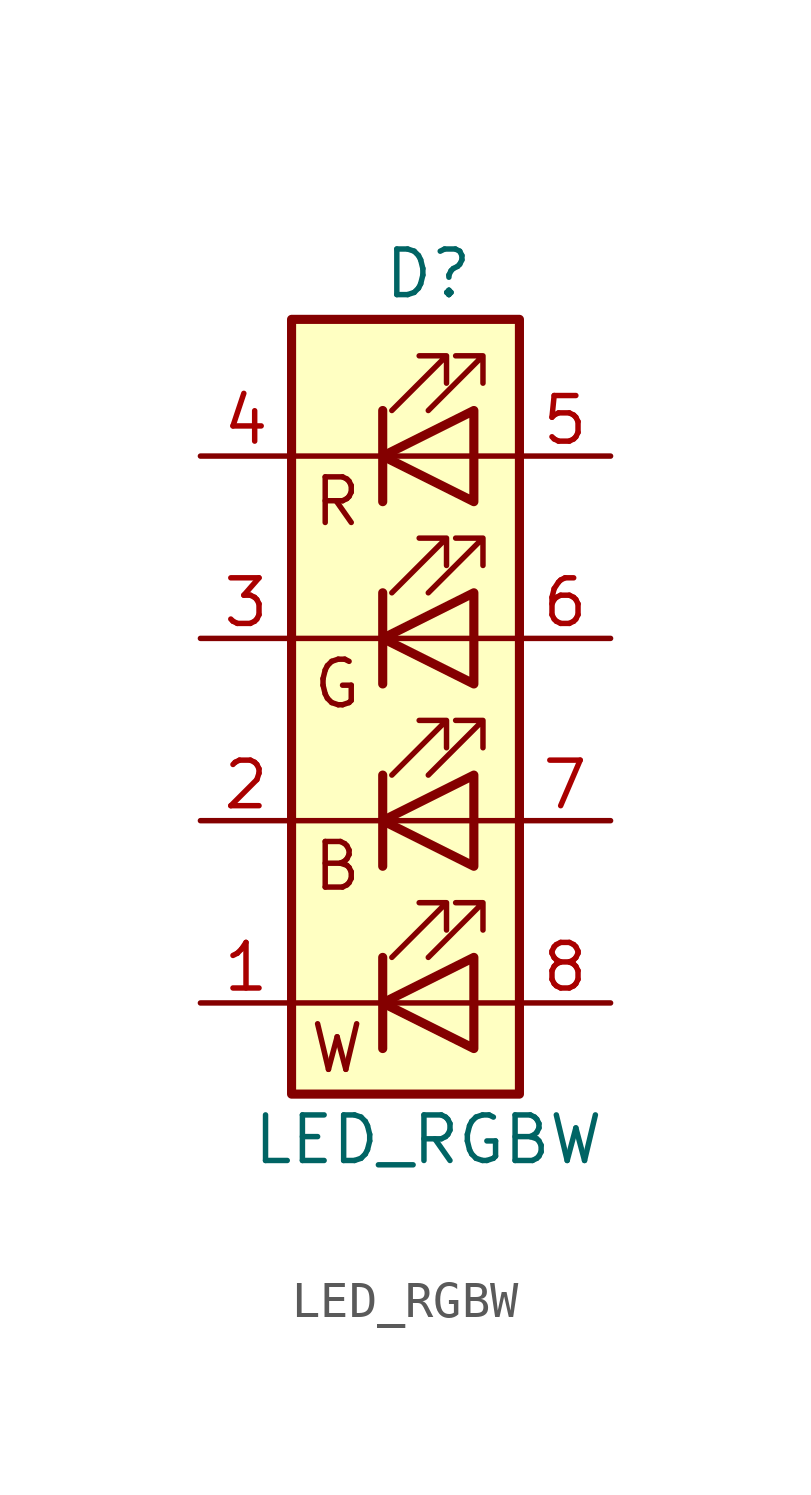
<source format=kicad_sym>
(kicad_symbol_lib
  (version 20211014)
  (generator kicad_symbol_editor)
  (symbol "LED_RGBW"
    (property "Reference" "D"
      (at 0 1.27 0)
      (effects (font (size 1.27 1.27))))
    (property "Value" "LED_RGBW"
      (at 0 -22.86 0)
      (effects (font (size 1.27 1.27))))
    (symbol "LED_RGBW_0_0"
      (text "B" (at -2.54 -15.24 0) (effects (font (size 1.27 1.27))))
      (text "G" (at -2.54 -10.16 0) (effects (font (size 1.27 1.27))))
      (text "R" (at -2.54 -5.08 0) (effects (font (size 1.27 1.27))))
      (text "W" (at -2.54 -20.32 0) (effects (font (size 1.27 1.27)))))
    (symbol "LED_RGBW_0_1"
      (rectangle (start -3.81 0) (end 2.54 -21.59) (stroke (width 0.254) (type default) (color 0 0 0 0)) (fill (type background)))
      (polyline (pts (xy -1.27 -17.78) (xy -1.27 -20.32)) (stroke (width 0.254) (type default) (color 0 0 0 0)) (fill (type none)))
      (polyline (pts (xy -1.27 -12.7) (xy -1.27 -15.24)) (stroke (width 0.254) (type default) (color 0 0 0 0)) (fill (type none)))
      (polyline (pts (xy -1.27 -7.62) (xy -1.27 -10.16)) (stroke (width 0.254) (type default) (color 0 0 0 0)) (fill (type none)))
      (polyline (pts (xy -1.27 -2.54) (xy -1.27 -5.08)) (stroke (width 0.254) (type default) (color 0 0 0 0)) (fill (type none)))
      (polyline (pts (xy 2.54 -19.05) (xy -3.81 -19.05)) (stroke (width 0) (type default) (color 0 0 0 0)) (fill (type none)))
      (polyline (pts (xy 2.54 -13.97) (xy -3.81 -13.97)) (stroke (width 0) (type default) (color 0 0 0 0)) (fill (type none)))
      (polyline (pts (xy 2.54 -8.89) (xy -3.81 -8.89)) (stroke (width 0) (type default) (color 0 0 0 0)) (fill (type none)))
      (polyline (pts (xy 2.54 -3.81) (xy -3.81 -3.81)) (stroke (width 0) (type default) (color 0 0 0 0)) (fill (type none)))
      (polyline (pts (xy 1.27 -17.78) (xy 1.27 -20.32) (xy -1.27 -19.05) (xy 1.27 -17.78)) (stroke (width 0.254) (type default) (color 0 0 0 0)) (fill (type none)))
      (polyline (pts (xy 1.27 -12.7) (xy 1.27 -15.24) (xy -1.27 -13.97) (xy 1.27 -12.7)) (stroke (width 0.254) (type default) (color 0 0 0 0)) (fill (type none)))
      (polyline (pts (xy 1.27 -7.62) (xy 1.27 -10.16) (xy -1.27 -8.89) (xy 1.27 -7.62)) (stroke (width 0.254) (type default) (color 0 0 0 0)) (fill (type none)))
      (polyline (pts (xy 1.27 -2.54) (xy 1.27 -5.08) (xy -1.27 -3.81) (xy 1.27 -2.54)) (stroke (width 0.254) (type default) (color 0 0 0 0)) (fill (type none)))
      (polyline (pts (xy -1.016 -17.78) (xy 0.508 -16.256) (xy -0.254 -16.256) (xy 0.508 -16.256) (xy 0.508 -17.018)) (stroke (width 0) (type default) (color 0 0 0 0)) (fill (type none)))
      (polyline (pts (xy -1.016 -12.7) (xy 0.508 -11.176) (xy -0.254 -11.176) (xy 0.508 -11.176) (xy 0.508 -11.938)) (stroke (width 0) (type default) (color 0 0 0 0)) (fill (type none)))
      (polyline (pts (xy -1.016 -7.62) (xy 0.508 -6.096) (xy -0.254 -6.096) (xy 0.508 -6.096) (xy 0.508 -6.858)) (stroke (width 0) (type default) (color 0 0 0 0)) (fill (type none)))
      (polyline (pts (xy -1.016 -2.54) (xy 0.508 -1.016) (xy -0.254 -1.016) (xy 0.508 -1.016) (xy 0.508 -1.778)) (stroke (width 0) (type default) (color 0 0 0 0)) (fill (type none)))
      (polyline (pts (xy 0 -17.78) (xy 1.524 -16.256) (xy 0.762 -16.256) (xy 1.524 -16.256) (xy 1.524 -17.018)) (stroke (width 0) (type default) (color 0 0 0 0)) (fill (type none)))
      (polyline (pts (xy 0 -12.7) (xy 1.524 -11.176) (xy 0.762 -11.176) (xy 1.524 -11.176) (xy 1.524 -11.938)) (stroke (width 0) (type default) (color 0 0 0 0)) (fill (type none)))
      (polyline (pts (xy 0 -7.62) (xy 1.524 -6.096) (xy 0.762 -6.096) (xy 1.524 -6.096) (xy 1.524 -6.858)) (stroke (width 0) (type default) (color 0 0 0 0)) (fill (type none)))
      (polyline (pts (xy 0 -2.54) (xy 1.524 -1.016) (xy 0.762 -1.016) (xy 1.524 -1.016) (xy 1.524 -1.778)) (stroke (width 0) (type default) (color 0 0 0 0)) (fill (type none)))
      (rectangle (start 1.27 -17.78) (end 1.27 -17.78) (stroke (width 0) (type default) (color 0 0 0 0)) (fill (type none)))
      (rectangle (start 1.27 -12.7) (end 1.27 -12.7) (stroke (width 0) (type default) (color 0 0 0 0)) (fill (type none)))
      (rectangle (start 1.27 -7.62) (end 1.27 -7.62) (stroke (width 0) (type default) (color 0 0 0 0)) (fill (type none)))
      (rectangle (start 1.27 -2.54) (end 1.27 -2.54) (stroke (width 0) (type default) (color 0 0 0 0)) (fill (type none))))
    (symbol "LED_RGBW_1_1"
      (pin output line (at -6.35 -19.05 0) (length 2.54) (name "" (effects (font (size 1.27 1.27)))) (number "1" (effects (font (size 1.27 1.27)))))
      (pin output line (at -6.35 -13.97 0) (length 2.54) (name "" (effects (font (size 1.27 1.27)))) (number "2" (effects (font (size 1.27 1.27)))))
      (pin output line (at -6.35 -8.89 0) (length 2.54) (name "" (effects (font (size 1.27 1.27)))) (number "3" (effects (font (size 1.27 1.27)))))
      (pin output line (at -6.35 -3.81 0) (length 2.54) (name "" (effects (font (size 1.27 1.27)))) (number "4" (effects (font (size 1.27 1.27)))))
      (pin input line (at 5.08 -3.81 180) (length 2.54) (name "" (effects (font (size 1.27 1.27)))) (number "5" (effects (font (size 1.27 1.27)))))
      (pin input line (at 5.08 -8.89 180) (length 2.54) (name "" (effects (font (size 1.27 1.27)))) (number "6" (effects (font (size 1.27 1.27)))))
      (pin input line (at 5.08 -13.97 180) (length 2.54) (name "" (effects (font (size 1.27 1.27)))) (number "7" (effects (font (size 1.27 1.27)))))
      (pin input line (at 5.08 -19.05 180) (length 2.54) (name "" (effects (font (size 1.27 1.27)))) (number "8" (effects (font (size 1.27 1.27))))))))
</source>
